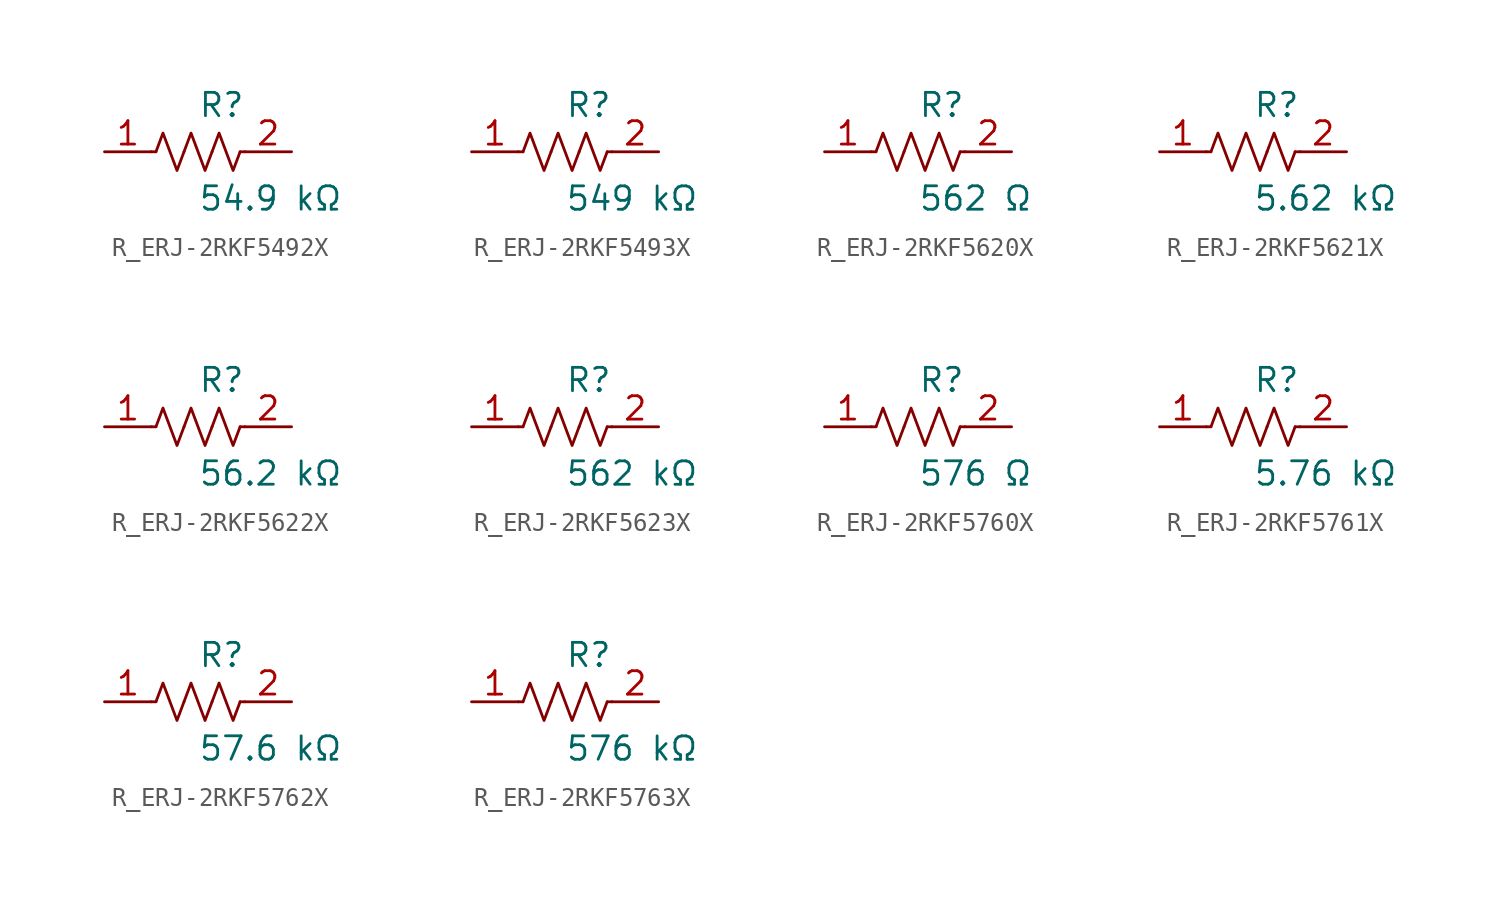
<source format=kicad_sym>
(kicad_symbol_lib
  (version 20231120)
  (generator kicad_symbol_editor)
  (generator_version 8.0)
  (symbol "R_ERJ-2RKF5492X"
    (pin_names
      (offset 0.254))
    (property "Reference" "R"
      (at 0 2.54 0)
      (effects (font (size 1.27 1.27)) (justify left)))
    (property "Value" "54.9 kΩ"
      (at 0 -2.54 0)
      (effects (font (size 1.27 1.27)) (justify left)))
    (symbol "R_ERJ-2RKF5492X_0_1"
      (polyline (pts (xy 2.286 0) (xy 2.54 0)) (stroke (width 0) (type default)) (fill (type none)))
      (polyline (pts (xy -2.286 0) (xy -2.54 0)) (stroke (width 0) (type default)) (fill (type none)))
      (polyline (pts (xy 0.762 0) (xy 1.143 1.016) (xy 1.524 0) (xy 1.905 -1.016) (xy 2.286 0)) (stroke (width 0) (type default)) (fill (type none)))
      (polyline (pts (xy -0.762 0) (xy -0.381 1.016) (xy 0 0) (xy 0.381 -1.016) (xy 0.762 0)) (stroke (width 0) (type default)) (fill (type none)))
      (polyline (pts (xy -2.286 0) (xy -1.905 1.016) (xy -1.524 0) (xy -1.143 -1.016) (xy -0.762 0)) (stroke (width 0) (type default)) (fill (type none))))
    (pin unspecified line
      (at -5.08 0 0)
      (length 2.54)
      (name "" (effects (font (size 1.27 1.27))))
      (number "1" (effects (font (size 1.27 1.27)))))
    (pin unspecified line
      (at 5.08 0 180)
      (length 2.54)
      (name "" (effects (font (size 1.27 1.27))))
      (number "2" (effects (font (size 1.27 1.27))))))
  (symbol "R_ERJ-2RKF5493X"
    (pin_names
      (offset 0.254))
    (property "Reference" "R"
      (at 0 2.54 0)
      (effects (font (size 1.27 1.27)) (justify left)))
    (property "Value" "549 kΩ"
      (at 0 -2.54 0)
      (effects (font (size 1.27 1.27)) (justify left)))
    (symbol "R_ERJ-2RKF5493X_0_1"
      (polyline (pts (xy 2.286 0) (xy 2.54 0)) (stroke (width 0) (type default)) (fill (type none)))
      (polyline (pts (xy -2.286 0) (xy -2.54 0)) (stroke (width 0) (type default)) (fill (type none)))
      (polyline (pts (xy 0.762 0) (xy 1.143 1.016) (xy 1.524 0) (xy 1.905 -1.016) (xy 2.286 0)) (stroke (width 0) (type default)) (fill (type none)))
      (polyline (pts (xy -0.762 0) (xy -0.381 1.016) (xy 0 0) (xy 0.381 -1.016) (xy 0.762 0)) (stroke (width 0) (type default)) (fill (type none)))
      (polyline (pts (xy -2.286 0) (xy -1.905 1.016) (xy -1.524 0) (xy -1.143 -1.016) (xy -0.762 0)) (stroke (width 0) (type default)) (fill (type none))))
    (pin unspecified line
      (at -5.08 0 0)
      (length 2.54)
      (name "" (effects (font (size 1.27 1.27))))
      (number "1" (effects (font (size 1.27 1.27)))))
    (pin unspecified line
      (at 5.08 0 180)
      (length 2.54)
      (name "" (effects (font (size 1.27 1.27))))
      (number "2" (effects (font (size 1.27 1.27))))))
  (symbol "R_ERJ-2RKF5620X"
    (pin_names
      (offset 0.254))
    (property "Reference" "R"
      (at 0 2.54 0)
      (effects (font (size 1.27 1.27)) (justify left)))
    (property "Value" "562 Ω"
      (at 0 -2.54 0)
      (effects (font (size 1.27 1.27)) (justify left)))
    (symbol "R_ERJ-2RKF5620X_0_1"
      (polyline (pts (xy 2.286 0) (xy 2.54 0)) (stroke (width 0) (type default)) (fill (type none)))
      (polyline (pts (xy -2.286 0) (xy -2.54 0)) (stroke (width 0) (type default)) (fill (type none)))
      (polyline (pts (xy 0.762 0) (xy 1.143 1.016) (xy 1.524 0) (xy 1.905 -1.016) (xy 2.286 0)) (stroke (width 0) (type default)) (fill (type none)))
      (polyline (pts (xy -0.762 0) (xy -0.381 1.016) (xy 0 0) (xy 0.381 -1.016) (xy 0.762 0)) (stroke (width 0) (type default)) (fill (type none)))
      (polyline (pts (xy -2.286 0) (xy -1.905 1.016) (xy -1.524 0) (xy -1.143 -1.016) (xy -0.762 0)) (stroke (width 0) (type default)) (fill (type none))))
    (pin unspecified line
      (at -5.08 0 0)
      (length 2.54)
      (name "" (effects (font (size 1.27 1.27))))
      (number "1" (effects (font (size 1.27 1.27)))))
    (pin unspecified line
      (at 5.08 0 180)
      (length 2.54)
      (name "" (effects (font (size 1.27 1.27))))
      (number "2" (effects (font (size 1.27 1.27))))))
  (symbol "R_ERJ-2RKF5621X"
    (pin_names
      (offset 0.254))
    (property "Reference" "R"
      (at 0 2.54 0)
      (effects (font (size 1.27 1.27)) (justify left)))
    (property "Value" "5.62 kΩ"
      (at 0 -2.54 0)
      (effects (font (size 1.27 1.27)) (justify left)))
    (symbol "R_ERJ-2RKF5621X_0_1"
      (polyline (pts (xy 2.286 0) (xy 2.54 0)) (stroke (width 0) (type default)) (fill (type none)))
      (polyline (pts (xy -2.286 0) (xy -2.54 0)) (stroke (width 0) (type default)) (fill (type none)))
      (polyline (pts (xy 0.762 0) (xy 1.143 1.016) (xy 1.524 0) (xy 1.905 -1.016) (xy 2.286 0)) (stroke (width 0) (type default)) (fill (type none)))
      (polyline (pts (xy -0.762 0) (xy -0.381 1.016) (xy 0 0) (xy 0.381 -1.016) (xy 0.762 0)) (stroke (width 0) (type default)) (fill (type none)))
      (polyline (pts (xy -2.286 0) (xy -1.905 1.016) (xy -1.524 0) (xy -1.143 -1.016) (xy -0.762 0)) (stroke (width 0) (type default)) (fill (type none))))
    (pin unspecified line
      (at -5.08 0 0)
      (length 2.54)
      (name "" (effects (font (size 1.27 1.27))))
      (number "1" (effects (font (size 1.27 1.27)))))
    (pin unspecified line
      (at 5.08 0 180)
      (length 2.54)
      (name "" (effects (font (size 1.27 1.27))))
      (number "2" (effects (font (size 1.27 1.27))))))
  (symbol "R_ERJ-2RKF5622X"
    (pin_names
      (offset 0.254))
    (property "Reference" "R"
      (at 0 2.54 0)
      (effects (font (size 1.27 1.27)) (justify left)))
    (property "Value" "56.2 kΩ"
      (at 0 -2.54 0)
      (effects (font (size 1.27 1.27)) (justify left)))
    (symbol "R_ERJ-2RKF5622X_0_1"
      (polyline (pts (xy 2.286 0) (xy 2.54 0)) (stroke (width 0) (type default)) (fill (type none)))
      (polyline (pts (xy -2.286 0) (xy -2.54 0)) (stroke (width 0) (type default)) (fill (type none)))
      (polyline (pts (xy 0.762 0) (xy 1.143 1.016) (xy 1.524 0) (xy 1.905 -1.016) (xy 2.286 0)) (stroke (width 0) (type default)) (fill (type none)))
      (polyline (pts (xy -0.762 0) (xy -0.381 1.016) (xy 0 0) (xy 0.381 -1.016) (xy 0.762 0)) (stroke (width 0) (type default)) (fill (type none)))
      (polyline (pts (xy -2.286 0) (xy -1.905 1.016) (xy -1.524 0) (xy -1.143 -1.016) (xy -0.762 0)) (stroke (width 0) (type default)) (fill (type none))))
    (pin unspecified line
      (at -5.08 0 0)
      (length 2.54)
      (name "" (effects (font (size 1.27 1.27))))
      (number "1" (effects (font (size 1.27 1.27)))))
    (pin unspecified line
      (at 5.08 0 180)
      (length 2.54)
      (name "" (effects (font (size 1.27 1.27))))
      (number "2" (effects (font (size 1.27 1.27))))))
  (symbol "R_ERJ-2RKF5623X"
    (pin_names
      (offset 0.254))
    (property "Reference" "R"
      (at 0 2.54 0)
      (effects (font (size 1.27 1.27)) (justify left)))
    (property "Value" "562 kΩ"
      (at 0 -2.54 0)
      (effects (font (size 1.27 1.27)) (justify left)))
    (symbol "R_ERJ-2RKF5623X_0_1"
      (polyline (pts (xy 2.286 0) (xy 2.54 0)) (stroke (width 0) (type default)) (fill (type none)))
      (polyline (pts (xy -2.286 0) (xy -2.54 0)) (stroke (width 0) (type default)) (fill (type none)))
      (polyline (pts (xy 0.762 0) (xy 1.143 1.016) (xy 1.524 0) (xy 1.905 -1.016) (xy 2.286 0)) (stroke (width 0) (type default)) (fill (type none)))
      (polyline (pts (xy -0.762 0) (xy -0.381 1.016) (xy 0 0) (xy 0.381 -1.016) (xy 0.762 0)) (stroke (width 0) (type default)) (fill (type none)))
      (polyline (pts (xy -2.286 0) (xy -1.905 1.016) (xy -1.524 0) (xy -1.143 -1.016) (xy -0.762 0)) (stroke (width 0) (type default)) (fill (type none))))
    (pin unspecified line
      (at -5.08 0 0)
      (length 2.54)
      (name "" (effects (font (size 1.27 1.27))))
      (number "1" (effects (font (size 1.27 1.27)))))
    (pin unspecified line
      (at 5.08 0 180)
      (length 2.54)
      (name "" (effects (font (size 1.27 1.27))))
      (number "2" (effects (font (size 1.27 1.27))))))
  (symbol "R_ERJ-2RKF5760X"
    (pin_names
      (offset 0.254))
    (property "Reference" "R"
      (at 0 2.54 0)
      (effects (font (size 1.27 1.27)) (justify left)))
    (property "Value" "576 Ω"
      (at 0 -2.54 0)
      (effects (font (size 1.27 1.27)) (justify left)))
    (symbol "R_ERJ-2RKF5760X_0_1"
      (polyline (pts (xy 2.286 0) (xy 2.54 0)) (stroke (width 0) (type default)) (fill (type none)))
      (polyline (pts (xy -2.286 0) (xy -2.54 0)) (stroke (width 0) (type default)) (fill (type none)))
      (polyline (pts (xy 0.762 0) (xy 1.143 1.016) (xy 1.524 0) (xy 1.905 -1.016) (xy 2.286 0)) (stroke (width 0) (type default)) (fill (type none)))
      (polyline (pts (xy -0.762 0) (xy -0.381 1.016) (xy 0 0) (xy 0.381 -1.016) (xy 0.762 0)) (stroke (width 0) (type default)) (fill (type none)))
      (polyline (pts (xy -2.286 0) (xy -1.905 1.016) (xy -1.524 0) (xy -1.143 -1.016) (xy -0.762 0)) (stroke (width 0) (type default)) (fill (type none))))
    (pin unspecified line
      (at -5.08 0 0)
      (length 2.54)
      (name "" (effects (font (size 1.27 1.27))))
      (number "1" (effects (font (size 1.27 1.27)))))
    (pin unspecified line
      (at 5.08 0 180)
      (length 2.54)
      (name "" (effects (font (size 1.27 1.27))))
      (number "2" (effects (font (size 1.27 1.27))))))
  (symbol "R_ERJ-2RKF5761X"
    (pin_names
      (offset 0.254))
    (property "Reference" "R"
      (at 0 2.54 0)
      (effects (font (size 1.27 1.27)) (justify left)))
    (property "Value" "5.76 kΩ"
      (at 0 -2.54 0)
      (effects (font (size 1.27 1.27)) (justify left)))
    (symbol "R_ERJ-2RKF5761X_0_1"
      (polyline (pts (xy 2.286 0) (xy 2.54 0)) (stroke (width 0) (type default)) (fill (type none)))
      (polyline (pts (xy -2.286 0) (xy -2.54 0)) (stroke (width 0) (type default)) (fill (type none)))
      (polyline (pts (xy 0.762 0) (xy 1.143 1.016) (xy 1.524 0) (xy 1.905 -1.016) (xy 2.286 0)) (stroke (width 0) (type default)) (fill (type none)))
      (polyline (pts (xy -0.762 0) (xy -0.381 1.016) (xy 0 0) (xy 0.381 -1.016) (xy 0.762 0)) (stroke (width 0) (type default)) (fill (type none)))
      (polyline (pts (xy -2.286 0) (xy -1.905 1.016) (xy -1.524 0) (xy -1.143 -1.016) (xy -0.762 0)) (stroke (width 0) (type default)) (fill (type none))))
    (pin unspecified line
      (at -5.08 0 0)
      (length 2.54)
      (name "" (effects (font (size 1.27 1.27))))
      (number "1" (effects (font (size 1.27 1.27)))))
    (pin unspecified line
      (at 5.08 0 180)
      (length 2.54)
      (name "" (effects (font (size 1.27 1.27))))
      (number "2" (effects (font (size 1.27 1.27))))))
  (symbol "R_ERJ-2RKF5762X"
    (pin_names
      (offset 0.254))
    (property "Reference" "R"
      (at 0 2.54 0)
      (effects (font (size 1.27 1.27)) (justify left)))
    (property "Value" "57.6 kΩ"
      (at 0 -2.54 0)
      (effects (font (size 1.27 1.27)) (justify left)))
    (symbol "R_ERJ-2RKF5762X_0_1"
      (polyline (pts (xy 2.286 0) (xy 2.54 0)) (stroke (width 0) (type default)) (fill (type none)))
      (polyline (pts (xy -2.286 0) (xy -2.54 0)) (stroke (width 0) (type default)) (fill (type none)))
      (polyline (pts (xy 0.762 0) (xy 1.143 1.016) (xy 1.524 0) (xy 1.905 -1.016) (xy 2.286 0)) (stroke (width 0) (type default)) (fill (type none)))
      (polyline (pts (xy -0.762 0) (xy -0.381 1.016) (xy 0 0) (xy 0.381 -1.016) (xy 0.762 0)) (stroke (width 0) (type default)) (fill (type none)))
      (polyline (pts (xy -2.286 0) (xy -1.905 1.016) (xy -1.524 0) (xy -1.143 -1.016) (xy -0.762 0)) (stroke (width 0) (type default)) (fill (type none))))
    (pin unspecified line
      (at -5.08 0 0)
      (length 2.54)
      (name "" (effects (font (size 1.27 1.27))))
      (number "1" (effects (font (size 1.27 1.27)))))
    (pin unspecified line
      (at 5.08 0 180)
      (length 2.54)
      (name "" (effects (font (size 1.27 1.27))))
      (number "2" (effects (font (size 1.27 1.27))))))
  (symbol "R_ERJ-2RKF5763X"
    (pin_names
      (offset 0.254))
    (property "Reference" "R"
      (at 0 2.54 0)
      (effects (font (size 1.27 1.27)) (justify left)))
    (property "Value" "576 kΩ"
      (at 0 -2.54 0)
      (effects (font (size 1.27 1.27)) (justify left)))
    (symbol "R_ERJ-2RKF5763X_0_1"
      (polyline (pts (xy 2.286 0) (xy 2.54 0)) (stroke (width 0) (type default)) (fill (type none)))
      (polyline (pts (xy -2.286 0) (xy -2.54 0)) (stroke (width 0) (type default)) (fill (type none)))
      (polyline (pts (xy 0.762 0) (xy 1.143 1.016) (xy 1.524 0) (xy 1.905 -1.016) (xy 2.286 0)) (stroke (width 0) (type default)) (fill (type none)))
      (polyline (pts (xy -0.762 0) (xy -0.381 1.016) (xy 0 0) (xy 0.381 -1.016) (xy 0.762 0)) (stroke (width 0) (type default)) (fill (type none)))
      (polyline (pts (xy -2.286 0) (xy -1.905 1.016) (xy -1.524 0) (xy -1.143 -1.016) (xy -0.762 0)) (stroke (width 0) (type default)) (fill (type none))))
    (pin unspecified line
      (at -5.08 0 0)
      (length 2.54)
      (name "" (effects (font (size 1.27 1.27))))
      (number "1" (effects (font (size 1.27 1.27)))))
    (pin unspecified line
      (at 5.08 0 180)
      (length 2.54)
      (name "" (effects (font (size 1.27 1.27))))
      (number "2" (effects (font (size 1.27 1.27)))))))
</source>
